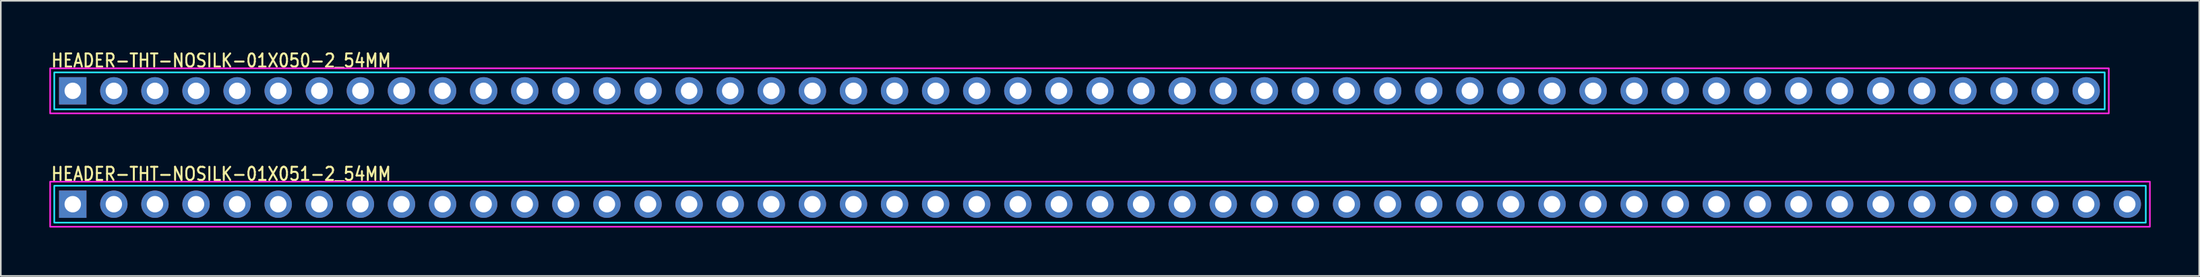
<source format=kicad_pcb>
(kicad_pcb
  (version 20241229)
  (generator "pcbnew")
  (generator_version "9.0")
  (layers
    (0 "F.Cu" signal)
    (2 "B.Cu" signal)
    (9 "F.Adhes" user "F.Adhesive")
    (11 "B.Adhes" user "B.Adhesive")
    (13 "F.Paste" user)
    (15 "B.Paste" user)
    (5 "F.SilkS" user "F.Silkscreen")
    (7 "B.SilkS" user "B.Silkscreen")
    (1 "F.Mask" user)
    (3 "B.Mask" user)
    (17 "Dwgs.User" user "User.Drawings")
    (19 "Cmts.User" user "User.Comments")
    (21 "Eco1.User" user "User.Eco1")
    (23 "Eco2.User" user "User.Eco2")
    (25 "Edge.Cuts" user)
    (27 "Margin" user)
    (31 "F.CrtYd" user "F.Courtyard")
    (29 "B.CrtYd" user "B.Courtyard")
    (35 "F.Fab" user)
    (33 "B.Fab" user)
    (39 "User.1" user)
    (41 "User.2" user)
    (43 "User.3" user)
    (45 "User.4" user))
  (footprint "HEADER-THT-NOSILK-01X050-2_54MM"
    (layer "F.Cu")
    (at 1.447 2.579)
    (property "Reference" "HEADER-THT-NOSILK-01X050-2_54MM" (at -1.4 -1.4 0) (unlocked yes) (layer "F.SilkS") (effects (font (size 0.813 0.695) (thickness 0.122)) (justify left bottom)))
    (fp_poly (pts (xy -1.143 -1.143) (xy 125.603 -1.143) (xy 125.603 1.143) (xy -1.143 1.143)) (stroke (width 0.1) (type solid)) (fill no) (layer "B.CrtYd"))
    (fp_poly (pts (xy -1.397 -1.397) (xy 125.857 -1.397) (xy 125.857 1.397) (xy -1.397 1.397)) (stroke (width 0.1) (type solid)) (fill no) (layer "F.CrtYd"))
    (pad "1" thru_hole rect (at 0 0) (size 1.693 1.693) (drill 1.016) (layers "*.Cu" "*.Mask"))
    (pad "2" thru_hole oval (at 2.54 0) (size 1.693 1.693) (drill 1.016) (layers "*.Cu" "*.Mask"))
    (pad "3" thru_hole oval (at 5.08 0) (size 1.693 1.693) (drill 1.016) (layers "*.Cu" "*.Mask"))
    (pad "4" thru_hole oval (at 7.62 0) (size 1.693 1.693) (drill 1.016) (layers "*.Cu" "*.Mask"))
    (pad "5" thru_hole oval (at 10.16 0) (size 1.693 1.693) (drill 1.016) (layers "*.Cu" "*.Mask"))
    (pad "6" thru_hole oval (at 12.7 0) (size 1.693 1.693) (drill 1.016) (layers "*.Cu" "*.Mask"))
    (pad "7" thru_hole oval (at 15.24 0) (size 1.693 1.693) (drill 1.016) (layers "*.Cu" "*.Mask"))
    (pad "8" thru_hole oval (at 17.78 0) (size 1.693 1.693) (drill 1.016) (layers "*.Cu" "*.Mask"))
    (pad "9" thru_hole oval (at 20.32 0) (size 1.693 1.693) (drill 1.016) (layers "*.Cu" "*.Mask"))
    (pad "10" thru_hole oval (at 22.86 0) (size 1.693 1.693) (drill 1.016) (layers "*.Cu" "*.Mask"))
    (pad "11" thru_hole oval (at 25.4 0) (size 1.693 1.693) (drill 1.016) (layers "*.Cu" "*.Mask"))
    (pad "12" thru_hole oval (at 27.94 0) (size 1.693 1.693) (drill 1.016) (layers "*.Cu" "*.Mask"))
    (pad "13" thru_hole oval (at 30.48 0) (size 1.693 1.693) (drill 1.016) (layers "*.Cu" "*.Mask"))
    (pad "14" thru_hole oval (at 33.02 0) (size 1.693 1.693) (drill 1.016) (layers "*.Cu" "*.Mask"))
    (pad "15" thru_hole oval (at 35.56 0) (size 1.693 1.693) (drill 1.016) (layers "*.Cu" "*.Mask"))
    (pad "16" thru_hole oval (at 38.1 0) (size 1.693 1.693) (drill 1.016) (layers "*.Cu" "*.Mask"))
    (pad "17" thru_hole oval (at 40.64 0) (size 1.693 1.693) (drill 1.016) (layers "*.Cu" "*.Mask"))
    (pad "18" thru_hole oval (at 43.18 0) (size 1.693 1.693) (drill 1.016) (layers "*.Cu" "*.Mask"))
    (pad "19" thru_hole oval (at 45.72 0) (size 1.693 1.693) (drill 1.016) (layers "*.Cu" "*.Mask"))
    (pad "20" thru_hole oval (at 48.26 0) (size 1.693 1.693) (drill 1.016) (layers "*.Cu" "*.Mask"))
    (pad "21" thru_hole oval (at 50.8 0) (size 1.693 1.693) (drill 1.016) (layers "*.Cu" "*.Mask"))
    (pad "22" thru_hole oval (at 53.34 0) (size 1.693 1.693) (drill 1.016) (layers "*.Cu" "*.Mask"))
    (pad "23" thru_hole oval (at 55.88 0) (size 1.693 1.693) (drill 1.016) (layers "*.Cu" "*.Mask"))
    (pad "24" thru_hole oval (at 58.42 0) (size 1.693 1.693) (drill 1.016) (layers "*.Cu" "*.Mask"))
    (pad "25" thru_hole oval (at 60.96 0) (size 1.693 1.693) (drill 1.016) (layers "*.Cu" "*.Mask"))
    (pad "26" thru_hole oval (at 63.5 0) (size 1.693 1.693) (drill 1.016) (layers "*.Cu" "*.Mask"))
    (pad "27" thru_hole oval (at 66.04 0) (size 1.693 1.693) (drill 1.016) (layers "*.Cu" "*.Mask"))
    (pad "28" thru_hole oval (at 68.58 0) (size 1.693 1.693) (drill 1.016) (layers "*.Cu" "*.Mask"))
    (pad "29" thru_hole oval (at 71.12 0) (size 1.693 1.693) (drill 1.016) (layers "*.Cu" "*.Mask"))
    (pad "30" thru_hole oval (at 73.66 0) (size 1.693 1.693) (drill 1.016) (layers "*.Cu" "*.Mask"))
    (pad "31" thru_hole oval (at 76.2 0) (size 1.693 1.693) (drill 1.016) (layers "*.Cu" "*.Mask"))
    (pad "32" thru_hole oval (at 78.74 0) (size 1.693 1.693) (drill 1.016) (layers "*.Cu" "*.Mask"))
    (pad "33" thru_hole oval (at 81.28 0) (size 1.693 1.693) (drill 1.016) (layers "*.Cu" "*.Mask"))
    (pad "34" thru_hole oval (at 83.82 0) (size 1.693 1.693) (drill 1.016) (layers "*.Cu" "*.Mask"))
    (pad "35" thru_hole oval (at 86.36 0) (size 1.693 1.693) (drill 1.016) (layers "*.Cu" "*.Mask"))
    (pad "36" thru_hole oval (at 88.9 0) (size 1.693 1.693) (drill 1.016) (layers "*.Cu" "*.Mask"))
    (pad "37" thru_hole oval (at 91.44 0) (size 1.693 1.693) (drill 1.016) (layers "*.Cu" "*.Mask"))
    (pad "38" thru_hole oval (at 93.98 0) (size 1.693 1.693) (drill 1.016) (layers "*.Cu" "*.Mask"))
    (pad "39" thru_hole oval (at 96.52 0) (size 1.693 1.693) (drill 1.016) (layers "*.Cu" "*.Mask"))
    (pad "40" thru_hole oval (at 99.06 0) (size 1.693 1.693) (drill 1.016) (layers "*.Cu" "*.Mask"))
    (pad "41" thru_hole oval (at 101.6 0) (size 1.693 1.693) (drill 1.016) (layers "*.Cu" "*.Mask"))
    (pad "42" thru_hole oval (at 104.14 0) (size 1.693 1.693) (drill 1.016) (layers "*.Cu" "*.Mask"))
    (pad "43" thru_hole oval (at 106.68 0) (size 1.693 1.693) (drill 1.016) (layers "*.Cu" "*.Mask"))
    (pad "44" thru_hole oval (at 109.22 0) (size 1.693 1.693) (drill 1.016) (layers "*.Cu" "*.Mask"))
    (pad "45" thru_hole oval (at 111.76 0) (size 1.693 1.693) (drill 1.016) (layers "*.Cu" "*.Mask"))
    (pad "46" thru_hole oval (at 114.3 0) (size 1.693 1.693) (drill 1.016) (layers "*.Cu" "*.Mask"))
    (pad "47" thru_hole oval (at 116.84 0) (size 1.693 1.693) (drill 1.016) (layers "*.Cu" "*.Mask"))
    (pad "48" thru_hole oval (at 119.38 0) (size 1.693 1.693) (drill 1.016) (layers "*.Cu" "*.Mask"))
    (pad "49" thru_hole oval (at 121.92 0) (size 1.693 1.693) (drill 1.016) (layers "*.Cu" "*.Mask"))
    (pad "50" thru_hole oval (at 124.46 0) (size 1.693 1.693) (drill 1.016) (layers "*.Cu" "*.Mask")))
  (footprint "HEADER-THT-NOSILK-01X051-2_54MM"
    (layer "F.Cu")
    (at 1.447 9.604)
    (property "Reference" "HEADER-THT-NOSILK-01X051-2_54MM" (at -1.4 -1.4 0) (unlocked yes) (layer "F.SilkS") (effects (font (size 0.813 0.695) (thickness 0.122)) (justify left bottom)))
    (fp_poly (pts (xy -1.143 -1.143) (xy 128.143 -1.143) (xy 128.143 1.143) (xy -1.143 1.143)) (stroke (width 0.1) (type solid)) (fill no) (layer "B.CrtYd"))
    (fp_poly (pts (xy -1.397 -1.397) (xy 128.397 -1.397) (xy 128.397 1.397) (xy -1.397 1.397)) (stroke (width 0.1) (type solid)) (fill no) (layer "F.CrtYd"))
    (pad "1" thru_hole rect (at 0 0) (size 1.693 1.693) (drill 1.016) (layers "*.Cu" "*.Mask"))
    (pad "2" thru_hole oval (at 2.54 0) (size 1.693 1.693) (drill 1.016) (layers "*.Cu" "*.Mask"))
    (pad "3" thru_hole oval (at 5.08 0) (size 1.693 1.693) (drill 1.016) (layers "*.Cu" "*.Mask"))
    (pad "4" thru_hole oval (at 7.62 0) (size 1.693 1.693) (drill 1.016) (layers "*.Cu" "*.Mask"))
    (pad "5" thru_hole oval (at 10.16 0) (size 1.693 1.693) (drill 1.016) (layers "*.Cu" "*.Mask"))
    (pad "6" thru_hole oval (at 12.7 0) (size 1.693 1.693) (drill 1.016) (layers "*.Cu" "*.Mask"))
    (pad "7" thru_hole oval (at 15.24 0) (size 1.693 1.693) (drill 1.016) (layers "*.Cu" "*.Mask"))
    (pad "8" thru_hole oval (at 17.78 0) (size 1.693 1.693) (drill 1.016) (layers "*.Cu" "*.Mask"))
    (pad "9" thru_hole oval (at 20.32 0) (size 1.693 1.693) (drill 1.016) (layers "*.Cu" "*.Mask"))
    (pad "10" thru_hole oval (at 22.86 0) (size 1.693 1.693) (drill 1.016) (layers "*.Cu" "*.Mask"))
    (pad "11" thru_hole oval (at 25.4 0) (size 1.693 1.693) (drill 1.016) (layers "*.Cu" "*.Mask"))
    (pad "12" thru_hole oval (at 27.94 0) (size 1.693 1.693) (drill 1.016) (layers "*.Cu" "*.Mask"))
    (pad "13" thru_hole oval (at 30.48 0) (size 1.693 1.693) (drill 1.016) (layers "*.Cu" "*.Mask"))
    (pad "14" thru_hole oval (at 33.02 0) (size 1.693 1.693) (drill 1.016) (layers "*.Cu" "*.Mask"))
    (pad "15" thru_hole oval (at 35.56 0) (size 1.693 1.693) (drill 1.016) (layers "*.Cu" "*.Mask"))
    (pad "16" thru_hole oval (at 38.1 0) (size 1.693 1.693) (drill 1.016) (layers "*.Cu" "*.Mask"))
    (pad "17" thru_hole oval (at 40.64 0) (size 1.693 1.693) (drill 1.016) (layers "*.Cu" "*.Mask"))
    (pad "18" thru_hole oval (at 43.18 0) (size 1.693 1.693) (drill 1.016) (layers "*.Cu" "*.Mask"))
    (pad "19" thru_hole oval (at 45.72 0) (size 1.693 1.693) (drill 1.016) (layers "*.Cu" "*.Mask"))
    (pad "20" thru_hole oval (at 48.26 0) (size 1.693 1.693) (drill 1.016) (layers "*.Cu" "*.Mask"))
    (pad "21" thru_hole oval (at 50.8 0) (size 1.693 1.693) (drill 1.016) (layers "*.Cu" "*.Mask"))
    (pad "22" thru_hole oval (at 53.34 0) (size 1.693 1.693) (drill 1.016) (layers "*.Cu" "*.Mask"))
    (pad "23" thru_hole oval (at 55.88 0) (size 1.693 1.693) (drill 1.016) (layers "*.Cu" "*.Mask"))
    (pad "24" thru_hole oval (at 58.42 0) (size 1.693 1.693) (drill 1.016) (layers "*.Cu" "*.Mask"))
    (pad "25" thru_hole oval (at 60.96 0) (size 1.693 1.693) (drill 1.016) (layers "*.Cu" "*.Mask"))
    (pad "26" thru_hole oval (at 63.5 0) (size 1.693 1.693) (drill 1.016) (layers "*.Cu" "*.Mask"))
    (pad "27" thru_hole oval (at 66.04 0) (size 1.693 1.693) (drill 1.016) (layers "*.Cu" "*.Mask"))
    (pad "28" thru_hole oval (at 68.58 0) (size 1.693 1.693) (drill 1.016) (layers "*.Cu" "*.Mask"))
    (pad "29" thru_hole oval (at 71.12 0) (size 1.693 1.693) (drill 1.016) (layers "*.Cu" "*.Mask"))
    (pad "30" thru_hole oval (at 73.66 0) (size 1.693 1.693) (drill 1.016) (layers "*.Cu" "*.Mask"))
    (pad "31" thru_hole oval (at 76.2 0) (size 1.693 1.693) (drill 1.016) (layers "*.Cu" "*.Mask"))
    (pad "32" thru_hole oval (at 78.74 0) (size 1.693 1.693) (drill 1.016) (layers "*.Cu" "*.Mask"))
    (pad "33" thru_hole oval (at 81.28 0) (size 1.693 1.693) (drill 1.016) (layers "*.Cu" "*.Mask"))
    (pad "34" thru_hole oval (at 83.82 0) (size 1.693 1.693) (drill 1.016) (layers "*.Cu" "*.Mask"))
    (pad "35" thru_hole oval (at 86.36 0) (size 1.693 1.693) (drill 1.016) (layers "*.Cu" "*.Mask"))
    (pad "36" thru_hole oval (at 88.9 0) (size 1.693 1.693) (drill 1.016) (layers "*.Cu" "*.Mask"))
    (pad "37" thru_hole oval (at 91.44 0) (size 1.693 1.693) (drill 1.016) (layers "*.Cu" "*.Mask"))
    (pad "38" thru_hole oval (at 93.98 0) (size 1.693 1.693) (drill 1.016) (layers "*.Cu" "*.Mask"))
    (pad "39" thru_hole oval (at 96.52 0) (size 1.693 1.693) (drill 1.016) (layers "*.Cu" "*.Mask"))
    (pad "40" thru_hole oval (at 99.06 0) (size 1.693 1.693) (drill 1.016) (layers "*.Cu" "*.Mask"))
    (pad "41" thru_hole oval (at 101.6 0) (size 1.693 1.693) (drill 1.016) (layers "*.Cu" "*.Mask"))
    (pad "42" thru_hole oval (at 104.14 0) (size 1.693 1.693) (drill 1.016) (layers "*.Cu" "*.Mask"))
    (pad "43" thru_hole oval (at 106.68 0) (size 1.693 1.693) (drill 1.016) (layers "*.Cu" "*.Mask"))
    (pad "44" thru_hole oval (at 109.22 0) (size 1.693 1.693) (drill 1.016) (layers "*.Cu" "*.Mask"))
    (pad "45" thru_hole oval (at 111.76 0) (size 1.693 1.693) (drill 1.016) (layers "*.Cu" "*.Mask"))
    (pad "46" thru_hole oval (at 114.3 0) (size 1.693 1.693) (drill 1.016) (layers "*.Cu" "*.Mask"))
    (pad "47" thru_hole oval (at 116.84 0) (size 1.693 1.693) (drill 1.016) (layers "*.Cu" "*.Mask"))
    (pad "48" thru_hole oval (at 119.38 0) (size 1.693 1.693) (drill 1.016) (layers "*.Cu" "*.Mask"))
    (pad "49" thru_hole oval (at 121.92 0) (size 1.693 1.693) (drill 1.016) (layers "*.Cu" "*.Mask"))
    (pad "50" thru_hole oval (at 124.46 0) (size 1.693 1.693) (drill 1.016) (layers "*.Cu" "*.Mask"))
    (pad "51" thru_hole oval (at 127 0) (size 1.693 1.693) (drill 1.016) (layers "*.Cu" "*.Mask")))
  (gr_rect
    (start -3 -3)
    (end 132.894 14.051)
    (stroke (width 0.1) (type default))
    (fill no)
    (layer "Edge.Cuts")))
</source>
